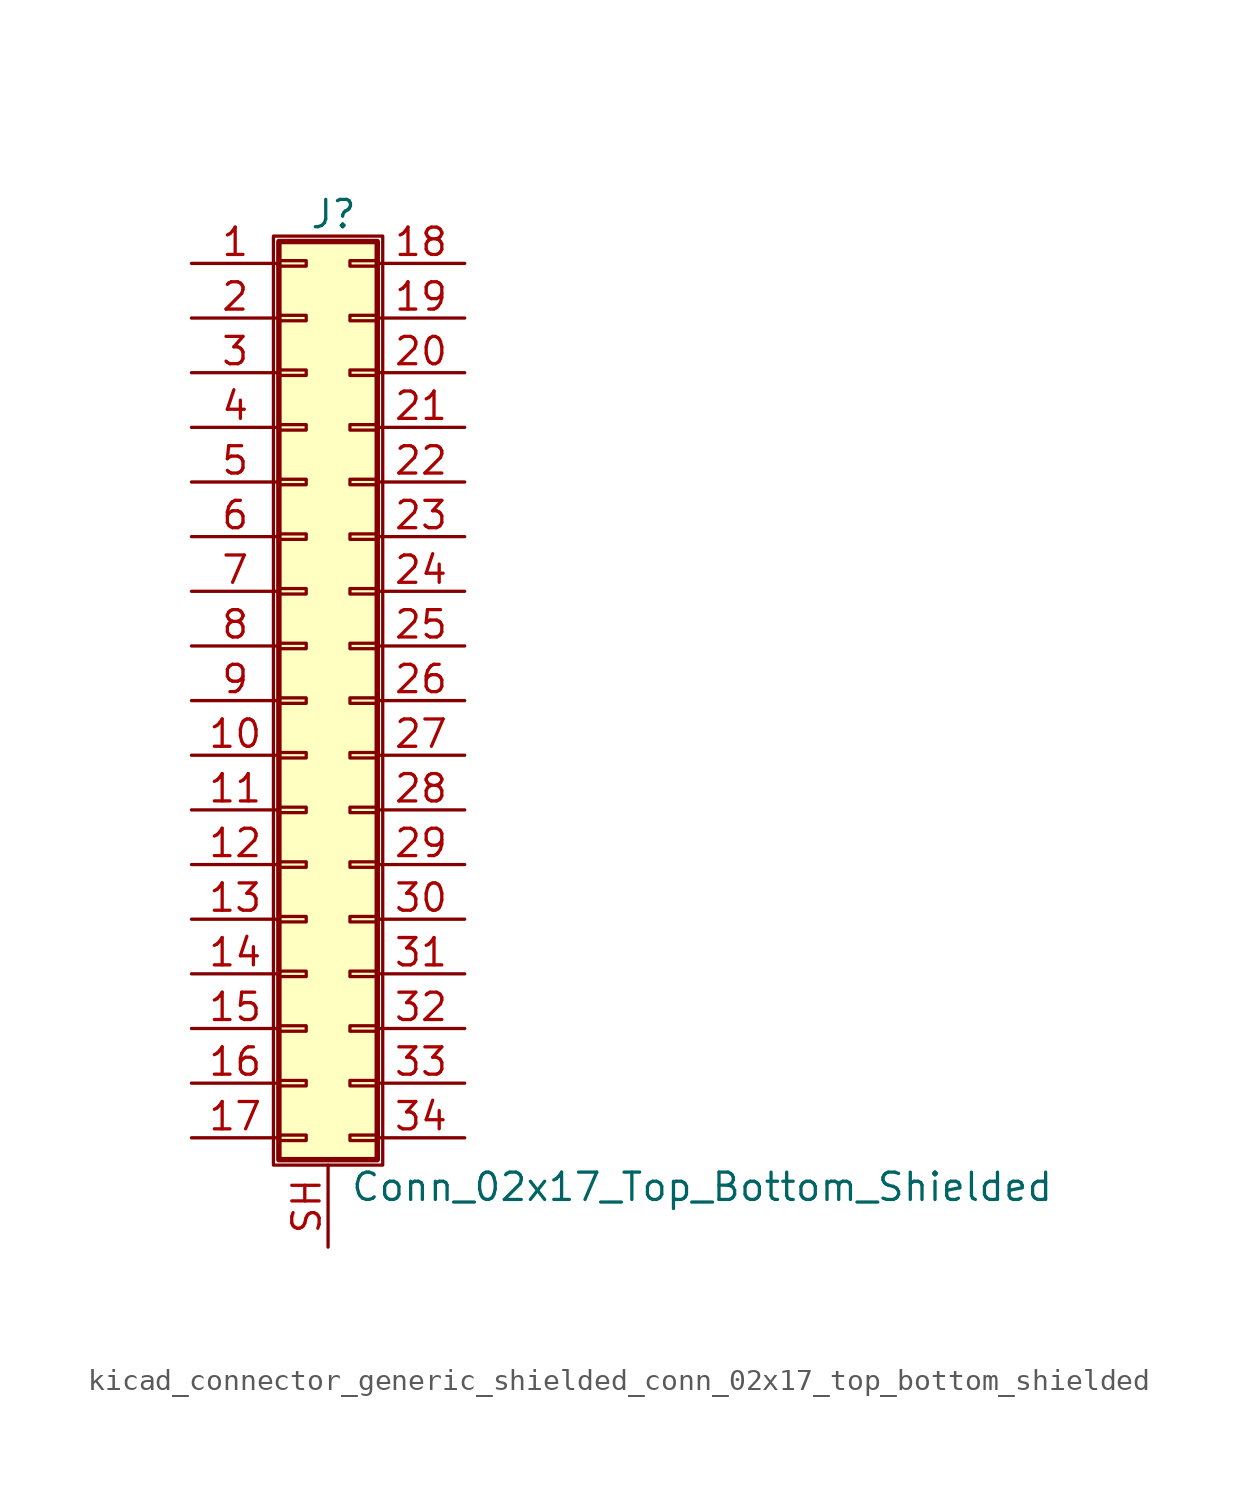
<source format=kicad_sym>
(kicad_symbol_lib
  (version 20220914)
  (generator kicad_symbol_editor)
  (symbol "kicad_connector_generic_shielded_conn_02x17_top_bottom_shielded"
    (pin_names
      (offset 1.016) hide)
    (property "Reference" "J"
      (at 1.524 22.606 0)
      (effects (font (size 1.27 1.27))))
    (property "Value" "Conn_02x17_Top_Bottom_Shielded"
      (at 2.286 -22.606 0)
      (effects (font (size 1.27 1.27)) (justify left)))
    (symbol "kicad_connector_generic_shielded_conn_02x17_top_bottom_shielded_1_1"
      (rectangle (start -1.27 21.59) (end 3.81 -21.59) (stroke (width 0.152) (type default)) (fill (type none)))
      (rectangle (start -1.016 -20.193) (end 0.254 -20.447) (stroke (width 0.152) (type default)) (fill (type none)))
      (rectangle (start -1.016 -17.653) (end 0.254 -17.907) (stroke (width 0.152) (type default)) (fill (type none)))
      (rectangle (start -1.016 -15.113) (end 0.254 -15.367) (stroke (width 0.152) (type default)) (fill (type none)))
      (rectangle (start -1.016 -12.573) (end 0.254 -12.827) (stroke (width 0.152) (type default)) (fill (type none)))
      (rectangle (start -1.016 -10.033) (end 0.254 -10.287) (stroke (width 0.152) (type default)) (fill (type none)))
      (rectangle (start -1.016 -7.493) (end 0.254 -7.747) (stroke (width 0.152) (type default)) (fill (type none)))
      (rectangle (start -1.016 -4.953) (end 0.254 -5.207) (stroke (width 0.152) (type default)) (fill (type none)))
      (rectangle (start -1.016 -2.413) (end 0.254 -2.667) (stroke (width 0.152) (type default)) (fill (type none)))
      (rectangle (start -1.016 0.127) (end 0.254 -0.127) (stroke (width 0.152) (type default)) (fill (type none)))
      (rectangle (start -1.016 2.667) (end 0.254 2.413) (stroke (width 0.152) (type default)) (fill (type none)))
      (rectangle (start -1.016 5.207) (end 0.254 4.953) (stroke (width 0.152) (type default)) (fill (type none)))
      (rectangle (start -1.016 7.747) (end 0.254 7.493) (stroke (width 0.152) (type default)) (fill (type none)))
      (rectangle (start -1.016 10.287) (end 0.254 10.033) (stroke (width 0.152) (type default)) (fill (type none)))
      (rectangle (start -1.016 12.827) (end 0.254 12.573) (stroke (width 0.152) (type default)) (fill (type none)))
      (rectangle (start -1.016 15.367) (end 0.254 15.113) (stroke (width 0.152) (type default)) (fill (type none)))
      (rectangle (start -1.016 17.907) (end 0.254 17.653) (stroke (width 0.152) (type default)) (fill (type none)))
      (rectangle (start -1.016 20.447) (end 0.254 20.193) (stroke (width 0.152) (type default)) (fill (type none)))
      (rectangle (start -1.016 21.336) (end 3.556 -21.336) (stroke (width 0.254) (type default)) (fill (type background)))
      (rectangle (start 3.556 -20.193) (end 2.286 -20.447) (stroke (width 0.152) (type default)) (fill (type none)))
      (rectangle (start 3.556 -17.653) (end 2.286 -17.907) (stroke (width 0.152) (type default)) (fill (type none)))
      (rectangle (start 3.556 -15.113) (end 2.286 -15.367) (stroke (width 0.152) (type default)) (fill (type none)))
      (rectangle (start 3.556 -12.573) (end 2.286 -12.827) (stroke (width 0.152) (type default)) (fill (type none)))
      (rectangle (start 3.556 -10.033) (end 2.286 -10.287) (stroke (width 0.152) (type default)) (fill (type none)))
      (rectangle (start 3.556 -7.493) (end 2.286 -7.747) (stroke (width 0.152) (type default)) (fill (type none)))
      (rectangle (start 3.556 -4.953) (end 2.286 -5.207) (stroke (width 0.152) (type default)) (fill (type none)))
      (rectangle (start 3.556 -2.413) (end 2.286 -2.667) (stroke (width 0.152) (type default)) (fill (type none)))
      (rectangle (start 3.556 0.127) (end 2.286 -0.127) (stroke (width 0.152) (type default)) (fill (type none)))
      (rectangle (start 3.556 2.667) (end 2.286 2.413) (stroke (width 0.152) (type default)) (fill (type none)))
      (rectangle (start 3.556 5.207) (end 2.286 4.953) (stroke (width 0.152) (type default)) (fill (type none)))
      (rectangle (start 3.556 7.747) (end 2.286 7.493) (stroke (width 0.152) (type default)) (fill (type none)))
      (rectangle (start 3.556 10.287) (end 2.286 10.033) (stroke (width 0.152) (type default)) (fill (type none)))
      (rectangle (start 3.556 12.827) (end 2.286 12.573) (stroke (width 0.152) (type default)) (fill (type none)))
      (rectangle (start 3.556 15.367) (end 2.286 15.113) (stroke (width 0.152) (type default)) (fill (type none)))
      (rectangle (start 3.556 17.907) (end 2.286 17.653) (stroke (width 0.152) (type default)) (fill (type none)))
      (rectangle (start 3.556 20.447) (end 2.286 20.193) (stroke (width 0.152) (type default)) (fill (type none)))
      (pin passive line (at -5.08 20.32 0) (length 4.064) (name "Pin_1" (effects (font (size 1.27 1.27)))) (number "1" (effects (font (size 1.27 1.27)))))
      (pin passive line (at -5.08 -2.54 0) (length 4.064) (name "Pin_10" (effects (font (size 1.27 1.27)))) (number "10" (effects (font (size 1.27 1.27)))))
      (pin passive line (at -5.08 -5.08 0) (length 4.064) (name "Pin_11" (effects (font (size 1.27 1.27)))) (number "11" (effects (font (size 1.27 1.27)))))
      (pin passive line (at -5.08 -7.62 0) (length 4.064) (name "Pin_12" (effects (font (size 1.27 1.27)))) (number "12" (effects (font (size 1.27 1.27)))))
      (pin passive line (at -5.08 -10.16 0) (length 4.064) (name "Pin_13" (effects (font (size 1.27 1.27)))) (number "13" (effects (font (size 1.27 1.27)))))
      (pin passive line (at -5.08 -12.7 0) (length 4.064) (name "Pin_14" (effects (font (size 1.27 1.27)))) (number "14" (effects (font (size 1.27 1.27)))))
      (pin passive line (at -5.08 -15.24 0) (length 4.064) (name "Pin_15" (effects (font (size 1.27 1.27)))) (number "15" (effects (font (size 1.27 1.27)))))
      (pin passive line (at -5.08 -17.78 0) (length 4.064) (name "Pin_16" (effects (font (size 1.27 1.27)))) (number "16" (effects (font (size 1.27 1.27)))))
      (pin passive line (at -5.08 -20.32 0) (length 4.064) (name "Pin_17" (effects (font (size 1.27 1.27)))) (number "17" (effects (font (size 1.27 1.27)))))
      (pin passive line (at 7.62 20.32 180) (length 4.064) (name "Pin_18" (effects (font (size 1.27 1.27)))) (number "18" (effects (font (size 1.27 1.27)))))
      (pin passive line (at 7.62 17.78 180) (length 4.064) (name "Pin_19" (effects (font (size 1.27 1.27)))) (number "19" (effects (font (size 1.27 1.27)))))
      (pin passive line (at -5.08 17.78 0) (length 4.064) (name "Pin_2" (effects (font (size 1.27 1.27)))) (number "2" (effects (font (size 1.27 1.27)))))
      (pin passive line (at 7.62 15.24 180) (length 4.064) (name "Pin_20" (effects (font (size 1.27 1.27)))) (number "20" (effects (font (size 1.27 1.27)))))
      (pin passive line (at 7.62 12.7 180) (length 4.064) (name "Pin_21" (effects (font (size 1.27 1.27)))) (number "21" (effects (font (size 1.27 1.27)))))
      (pin passive line (at 7.62 10.16 180) (length 4.064) (name "Pin_22" (effects (font (size 1.27 1.27)))) (number "22" (effects (font (size 1.27 1.27)))))
      (pin passive line (at 7.62 7.62 180) (length 4.064) (name "Pin_23" (effects (font (size 1.27 1.27)))) (number "23" (effects (font (size 1.27 1.27)))))
      (pin passive line (at 7.62 5.08 180) (length 4.064) (name "Pin_24" (effects (font (size 1.27 1.27)))) (number "24" (effects (font (size 1.27 1.27)))))
      (pin passive line (at 7.62 2.54 180) (length 4.064) (name "Pin_25" (effects (font (size 1.27 1.27)))) (number "25" (effects (font (size 1.27 1.27)))))
      (pin passive line (at 7.62 0 180) (length 4.064) (name "Pin_26" (effects (font (size 1.27 1.27)))) (number "26" (effects (font (size 1.27 1.27)))))
      (pin passive line (at 7.62 -2.54 180) (length 4.064) (name "Pin_27" (effects (font (size 1.27 1.27)))) (number "27" (effects (font (size 1.27 1.27)))))
      (pin passive line (at 7.62 -5.08 180) (length 4.064) (name "Pin_28" (effects (font (size 1.27 1.27)))) (number "28" (effects (font (size 1.27 1.27)))))
      (pin passive line (at 7.62 -7.62 180) (length 4.064) (name "Pin_29" (effects (font (size 1.27 1.27)))) (number "29" (effects (font (size 1.27 1.27)))))
      (pin passive line (at -5.08 15.24 0) (length 4.064) (name "Pin_3" (effects (font (size 1.27 1.27)))) (number "3" (effects (font (size 1.27 1.27)))))
      (pin passive line (at 7.62 -10.16 180) (length 4.064) (name "Pin_30" (effects (font (size 1.27 1.27)))) (number "30" (effects (font (size 1.27 1.27)))))
      (pin passive line (at 7.62 -12.7 180) (length 4.064) (name "Pin_31" (effects (font (size 1.27 1.27)))) (number "31" (effects (font (size 1.27 1.27)))))
      (pin passive line (at 7.62 -15.24 180) (length 4.064) (name "Pin_32" (effects (font (size 1.27 1.27)))) (number "32" (effects (font (size 1.27 1.27)))))
      (pin passive line (at 7.62 -17.78 180) (length 4.064) (name "Pin_33" (effects (font (size 1.27 1.27)))) (number "33" (effects (font (size 1.27 1.27)))))
      (pin passive line (at 7.62 -20.32 180) (length 4.064) (name "Pin_34" (effects (font (size 1.27 1.27)))) (number "34" (effects (font (size 1.27 1.27)))))
      (pin passive line (at -5.08 12.7 0) (length 4.064) (name "Pin_4" (effects (font (size 1.27 1.27)))) (number "4" (effects (font (size 1.27 1.27)))))
      (pin passive line (at -5.08 10.16 0) (length 4.064) (name "Pin_5" (effects (font (size 1.27 1.27)))) (number "5" (effects (font (size 1.27 1.27)))))
      (pin passive line (at -5.08 7.62 0) (length 4.064) (name "Pin_6" (effects (font (size 1.27 1.27)))) (number "6" (effects (font (size 1.27 1.27)))))
      (pin passive line (at -5.08 5.08 0) (length 4.064) (name "Pin_7" (effects (font (size 1.27 1.27)))) (number "7" (effects (font (size 1.27 1.27)))))
      (pin passive line (at -5.08 2.54 0) (length 4.064) (name "Pin_8" (effects (font (size 1.27 1.27)))) (number "8" (effects (font (size 1.27 1.27)))))
      (pin passive line (at -5.08 0 0) (length 4.064) (name "Pin_9" (effects (font (size 1.27 1.27)))) (number "9" (effects (font (size 1.27 1.27)))))
      (pin passive line (at 1.27 -25.4 90) (length 3.81) (name "Shield" (effects (font (size 1.27 1.27)))) (number "SH" (effects (font (size 1.27 1.27))))))))
</source>
